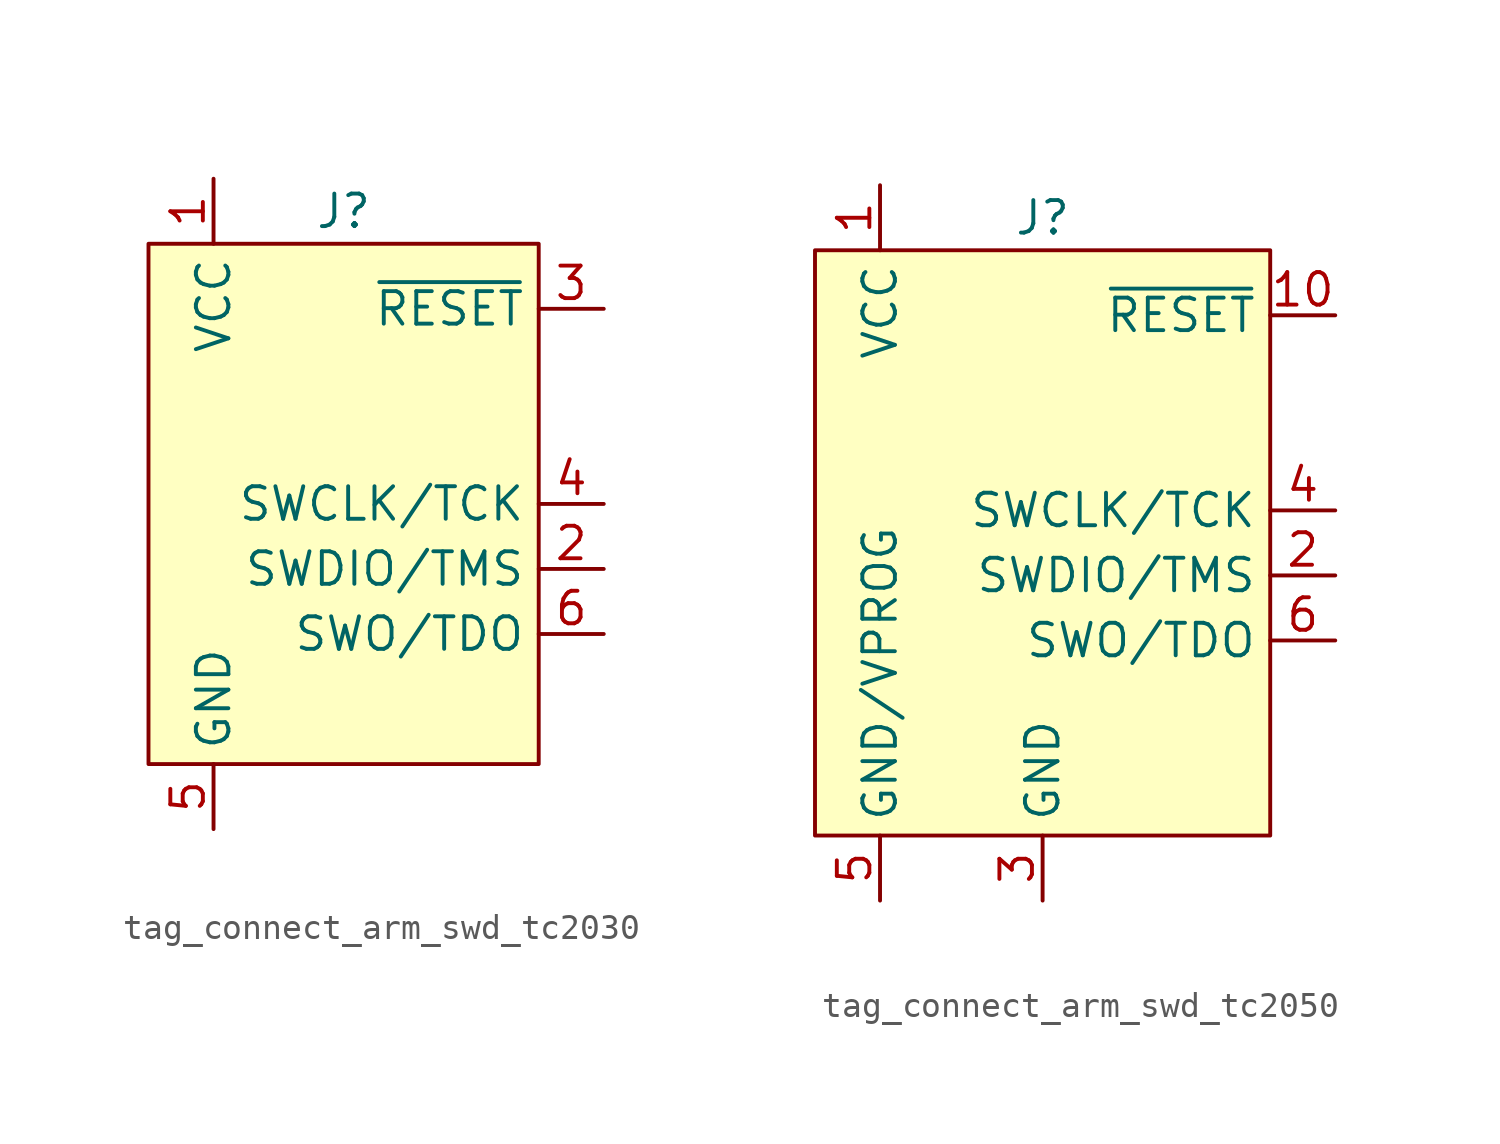
<source format=kicad_sym>
(kicad_symbol_lib
  (version 20231120)
  (generator "kicad_symbol_editor")
  (generator_version "8.0")
  (symbol "tag_connect_arm_swd_tc2030"
    (property "Reference" "J"
      (at 0 11.43 0)
      (effects (font (size 1.27 1.27))))
    (property "Value" ""
      (at 5.08 8.89 0)
      (effects (font (size 1.27 1.27))))
    (symbol "tag_connect_arm_swd_tc2030_0_0"
      (pin power_in line (at -5.08 12.7 270) (length 2.54) (name "VCC" (effects (font (size 1.27 1.27)))) (number "1" (effects (font (size 1.27 1.27)))))
      (pin bidirectional line (at 10.16 -2.54 180) (length 2.54) (name "SWDIO/TMS" (effects (font (size 1.27 1.27)))) (number "2" (effects (font (size 1.27 1.27)))) (alternate "TMS" bidirectional line))
      (pin open_collector line (at 10.16 7.62 180) (length 2.54) (name "~{RESET}" (effects (font (size 1.27 1.27)))) (number "3" (effects (font (size 1.27 1.27)))))
      (pin output line (at 10.16 0 180) (length 2.54) (name "SWCLK/TCK" (effects (font (size 1.27 1.27)))) (number "4" (effects (font (size 1.27 1.27)))) (alternate "TCK" output line))
      (pin power_in line (at -5.08 -12.7 90) (length 2.54) (name "GND" (effects (font (size 1.27 1.27)))) (number "5" (effects (font (size 1.27 1.27)))))
      (pin input line (at 10.16 -5.08 180) (length 2.54) (name "SWO/TDO" (effects (font (size 1.27 1.27)))) (number "6" (effects (font (size 1.27 1.27)))) (alternate "TDO" input line)))
    (symbol "tag_connect_arm_swd_tc2030_0_1"
      (rectangle (start -7.62 10.16) (end 7.62 -10.16) (stroke (width 0) (type default)) (fill (type background)))))
  (symbol "tag_connect_arm_swd_tc2050"
    (property "Reference" "J"
      (at 0 12.7 0)
      (effects (font (size 1.27 1.27))))
    (property "Value" ""
      (at 5.08 8.89 0)
      (effects (font (size 1.27 1.27))))
    (symbol "tag_connect_arm_swd_tc2050_0_0"
      (pin power_in line (at -6.35 13.97 270) (length 2.54) (name "VCC" (effects (font (size 1.27 1.27)))) (number "1" (effects (font (size 1.27 1.27)))))
      (pin open_collector line (at 11.43 8.89 180) (length 2.54) (name "~{RESET}" (effects (font (size 1.27 1.27)))) (number "10" (effects (font (size 1.27 1.27)))))
      (pin bidirectional line (at 11.43 -1.27 180) (length 2.54) (name "SWDIO/TMS" (effects (font (size 1.27 1.27)))) (number "2" (effects (font (size 1.27 1.27)))) (alternate "TMS" bidirectional line))
      (pin power_in line (at 0 -13.97 90) (length 2.54) (name "GND" (effects (font (size 1.27 1.27)))) (number "3" (effects (font (size 1.27 1.27)))))
      (pin output line (at 11.43 1.27 180) (length 2.54) (name "SWCLK/TCK" (effects (font (size 1.27 1.27)))) (number "4" (effects (font (size 1.27 1.27)))) (alternate "TCK" output line))
      (pin power_in line (at -6.35 -13.97 90) (length 2.54) (name "GND/VPROG" (effects (font (size 1.27 1.27)))) (number "5" (effects (font (size 1.27 1.27)))))
      (pin input line (at 11.43 -3.81 180) (length 2.54) (name "SWO/TDO" (effects (font (size 1.27 1.27)))) (number "6" (effects (font (size 1.27 1.27)))) (alternate "TDO" input line))
      (pin no_connect line (at 11.43 -6.35 180) (length 2.54) hide (name "" (effects (font (size 1.27 1.27)))) (number "7" (effects (font (size 1.27 1.27)))))
      (pin no_connect line (at 11.43 -6.35 180) (length 2.54) hide (name "" (effects (font (size 1.27 1.27)))) (number "8" (effects (font (size 1.27 1.27)))))
      (pin no_connect line (at 11.43 -6.35 180) (length 2.54) hide (name "" (effects (font (size 1.27 1.27)))) (number "9" (effects (font (size 1.27 1.27))))))
    (symbol "tag_connect_arm_swd_tc2050_0_1"
      (rectangle (start -8.89 11.43) (end 8.89 -11.43) (stroke (width 0) (type default)) (fill (type background))))))
</source>
